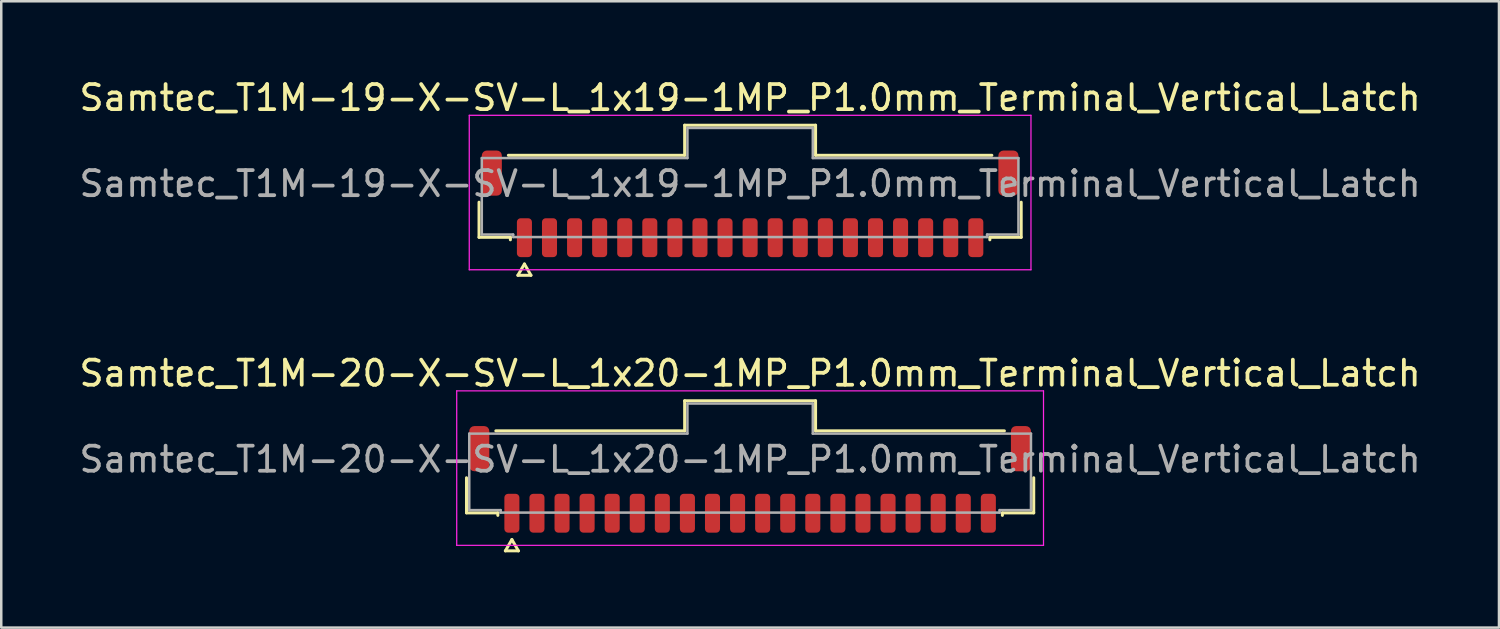
<source format=kicad_pcb>
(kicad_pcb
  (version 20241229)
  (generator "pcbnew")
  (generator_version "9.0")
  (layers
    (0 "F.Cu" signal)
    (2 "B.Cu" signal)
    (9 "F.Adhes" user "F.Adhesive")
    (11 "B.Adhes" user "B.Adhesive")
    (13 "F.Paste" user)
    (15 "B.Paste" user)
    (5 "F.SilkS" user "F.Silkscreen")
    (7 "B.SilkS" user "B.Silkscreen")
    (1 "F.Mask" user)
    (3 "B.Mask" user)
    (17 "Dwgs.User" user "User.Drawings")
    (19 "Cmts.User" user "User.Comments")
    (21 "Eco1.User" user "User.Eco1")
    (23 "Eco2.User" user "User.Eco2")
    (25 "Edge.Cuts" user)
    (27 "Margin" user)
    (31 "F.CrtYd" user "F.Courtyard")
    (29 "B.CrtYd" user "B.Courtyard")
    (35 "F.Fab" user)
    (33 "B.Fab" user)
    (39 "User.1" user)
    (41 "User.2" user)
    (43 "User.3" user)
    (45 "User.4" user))
  (footprint "Samtec_T1M-20-X-SV-L_1x20-1MP_P1.0mm_Terminal_Vertical_Latch"
    (layer "F.Cu")
    (at 26.863 15.267)
    (property "Reference" "Samtec_T1M-20-X-SV-L_1x20-1MP_P1.0mm_Terminal_Vertical_Latch" (at 0 -3.43 0) (layer "F.SilkS") (effects (font (size 1 1) (thickness 0.15))))
    (attr smd)
    (fp_line (start -11.31 2.135) (end -11.31 0.735) (stroke (width 0.12) (type solid)) (layer "F.SilkS"))
    (fp_line (start -10.14 -1.135) (end -2.61 -1.135) (stroke (width 0.12) (type solid)) (layer "F.SilkS"))
    (fp_line (start -10.06 2.135) (end -11.31 2.135) (stroke (width 0.12) (type solid)) (layer "F.SilkS"))
    (fp_line (start -10.06 2.235) (end -10.06 2.135) (stroke (width 0.12) (type solid)) (layer "F.SilkS"))
    (fp_line (start -9.76 3.65) (end -9.5 3.2) (stroke (width 0.12) (type solid)) (layer "F.SilkS"))
    (fp_line (start -9.5 3.2) (end -9.24 3.65) (stroke (width 0.12) (type solid)) (layer "F.SilkS"))
    (fp_line (start -9.24 3.65) (end -9.76 3.65) (stroke (width 0.12) (type solid)) (layer "F.SilkS"))
    (fp_line (start -2.61 -2.335) (end 2.61 -2.335) (stroke (width 0.12) (type solid)) (layer "F.SilkS"))
    (fp_line (start -2.61 -1.135) (end -2.61 -2.335) (stroke (width 0.12) (type solid)) (layer "F.SilkS"))
    (fp_line (start 2.61 -2.335) (end 2.61 -1.135) (stroke (width 0.12) (type solid)) (layer "F.SilkS"))
    (fp_line (start 2.61 -1.135) (end 10.14 -1.135) (stroke (width 0.12) (type solid)) (layer "F.SilkS"))
    (fp_line (start 10.06 2.135) (end 10.06 2.235) (stroke (width 0.12) (type solid)) (layer "F.SilkS"))
    (fp_line (start 11.31 0.735) (end 11.31 2.135) (stroke (width 0.12) (type solid)) (layer "F.SilkS"))
    (fp_line (start 11.31 2.135) (end 10.06 2.135) (stroke (width 0.12) (type solid)) (layer "F.SilkS"))
    (fp_line (start -11.7 -2.73) (end -11.7 3.43) (stroke (width 0.05) (type solid)) (layer "F.CrtYd"))
    (fp_line (start -11.7 3.43) (end 11.7 3.43) (stroke (width 0.05) (type solid)) (layer "F.CrtYd"))
    (fp_line (start 11.7 -2.73) (end -11.7 -2.73) (stroke (width 0.05) (type solid)) (layer "F.CrtYd"))
    (fp_line (start 11.7 3.43) (end 11.7 -2.73) (stroke (width 0.05) (type solid)) (layer "F.CrtYd"))
    (fp_line (start -11.2 -1.025) (end -2.5 -1.025) (stroke (width 0.1) (type solid)) (layer "F.Fab"))
    (fp_line (start -11.2 2.025) (end -11.2 -1.025) (stroke (width 0.1) (type solid)) (layer "F.Fab"))
    (fp_line (start -9.95 2.025) (end -11.2 2.025) (stroke (width 0.1) (type solid)) (layer "F.Fab"))
    (fp_line (start -9.95 2.125) (end -9.95 2.025) (stroke (width 0.1) (type solid)) (layer "F.Fab"))
    (fp_line (start -2.5 -2.225) (end 2.5 -2.225) (stroke (width 0.1) (type solid)) (layer "F.Fab"))
    (fp_line (start -2.5 -1.025) (end -2.5 -2.225) (stroke (width 0.1) (type solid)) (layer "F.Fab"))
    (fp_line (start 2.5 -2.225) (end 2.5 -1.025) (stroke (width 0.1) (type solid)) (layer "F.Fab"))
    (fp_line (start 2.5 -1.025) (end 11.2 -1.025) (stroke (width 0.1) (type solid)) (layer "F.Fab"))
    (fp_line (start 9.95 2.025) (end 9.95 2.125) (stroke (width 0.1) (type solid)) (layer "F.Fab"))
    (fp_line (start 9.95 2.125) (end -9.95 2.125) (stroke (width 0.1) (type solid)) (layer "F.Fab"))
    (fp_line (start 11.2 -1.025) (end 11.2 2.025) (stroke (width 0.1) (type solid)) (layer "F.Fab"))
    (fp_line (start 11.2 2.025) (end 9.95 2.025) (stroke (width 0.1) (type solid)) (layer "F.Fab"))
    (fp_text user "${REFERENCE}" (at 0 0 0) (layer "F.Fab") (effects (font (size 1 1) (thickness 0.15))))
    (pad "1" smd roundrect (at -9.5 2.15) (size 0.6 1.55) (layers "F.Cu" "F.Mask" "F.Paste") (roundrect_rratio 0.25))
    (pad "2" smd roundrect (at -8.5 2.15) (size 0.6 1.55) (layers "F.Cu" "F.Mask" "F.Paste") (roundrect_rratio 0.25))
    (pad "3" smd roundrect (at -7.5 2.15) (size 0.6 1.55) (layers "F.Cu" "F.Mask" "F.Paste") (roundrect_rratio 0.25))
    (pad "4" smd roundrect (at -6.5 2.15) (size 0.6 1.55) (layers "F.Cu" "F.Mask" "F.Paste") (roundrect_rratio 0.25))
    (pad "5" smd roundrect (at -5.5 2.15) (size 0.6 1.55) (layers "F.Cu" "F.Mask" "F.Paste") (roundrect_rratio 0.25))
    (pad "6" smd roundrect (at -4.5 2.15) (size 0.6 1.55) (layers "F.Cu" "F.Mask" "F.Paste") (roundrect_rratio 0.25))
    (pad "7" smd roundrect (at -3.5 2.15) (size 0.6 1.55) (layers "F.Cu" "F.Mask" "F.Paste") (roundrect_rratio 0.25))
    (pad "8" smd roundrect (at -2.5 2.15) (size 0.6 1.55) (layers "F.Cu" "F.Mask" "F.Paste") (roundrect_rratio 0.25))
    (pad "9" smd roundrect (at -1.5 2.15) (size 0.6 1.55) (layers "F.Cu" "F.Mask" "F.Paste") (roundrect_rratio 0.25))
    (pad "10" smd roundrect (at -0.5 2.15) (size 0.6 1.55) (layers "F.Cu" "F.Mask" "F.Paste") (roundrect_rratio 0.25))
    (pad "11" smd roundrect (at 0.5 2.15) (size 0.6 1.55) (layers "F.Cu" "F.Mask" "F.Paste") (roundrect_rratio 0.25))
    (pad "12" smd roundrect (at 1.5 2.15) (size 0.6 1.55) (layers "F.Cu" "F.Mask" "F.Paste") (roundrect_rratio 0.25))
    (pad "13" smd roundrect (at 2.5 2.15) (size 0.6 1.55) (layers "F.Cu" "F.Mask" "F.Paste") (roundrect_rratio 0.25))
    (pad "14" smd roundrect (at 3.5 2.15) (size 0.6 1.55) (layers "F.Cu" "F.Mask" "F.Paste") (roundrect_rratio 0.25))
    (pad "15" smd roundrect (at 4.5 2.15) (size 0.6 1.55) (layers "F.Cu" "F.Mask" "F.Paste") (roundrect_rratio 0.25))
    (pad "16" smd roundrect (at 5.5 2.15) (size 0.6 1.55) (layers "F.Cu" "F.Mask" "F.Paste") (roundrect_rratio 0.25))
    (pad "17" smd roundrect (at 6.5 2.15) (size 0.6 1.55) (layers "F.Cu" "F.Mask" "F.Paste") (roundrect_rratio 0.25))
    (pad "18" smd roundrect (at 7.5 2.15) (size 0.6 1.55) (layers "F.Cu" "F.Mask" "F.Paste") (roundrect_rratio 0.25))
    (pad "19" smd roundrect (at 8.5 2.15) (size 0.6 1.55) (layers "F.Cu" "F.Mask" "F.Paste") (roundrect_rratio 0.25))
    (pad "20" smd roundrect (at 9.5 2.15) (size 0.6 1.55) (layers "F.Cu" "F.Mask" "F.Paste") (roundrect_rratio 0.25))
    (pad "MP" smd roundrect (at -10.8 -0.425) (size 0.8 1.8) (layers "F.Cu" "F.Mask" "F.Paste") (roundrect_rratio 0.25))
    (pad "MP" smd roundrect (at 10.8 -0.425) (size 0.8 1.8) (layers "F.Cu" "F.Mask" "F.Paste") (roundrect_rratio 0.25)))
  (footprint "Samtec_T1M-19-X-SV-L_1x19-1MP_P1.0mm_Terminal_Vertical_Latch"
    (layer "F.Cu")
    (at 26.863 4.278)
    (property "Reference" "Samtec_T1M-19-X-SV-L_1x19-1MP_P1.0mm_Terminal_Vertical_Latch" (at 0 -3.43 0) (layer "F.SilkS") (effects (font (size 1 1) (thickness 0.15))))
    (attr smd)
    (fp_line (start -10.81 2.135) (end -10.81 0.735) (stroke (width 0.12) (type solid)) (layer "F.SilkS"))
    (fp_line (start -9.64 -1.135) (end -2.61 -1.135) (stroke (width 0.12) (type solid)) (layer "F.SilkS"))
    (fp_line (start -9.56 2.135) (end -10.81 2.135) (stroke (width 0.12) (type solid)) (layer "F.SilkS"))
    (fp_line (start -9.56 2.235) (end -9.56 2.135) (stroke (width 0.12) (type solid)) (layer "F.SilkS"))
    (fp_line (start -9.26 3.65) (end -9 3.2) (stroke (width 0.12) (type solid)) (layer "F.SilkS"))
    (fp_line (start -9 3.2) (end -8.74 3.65) (stroke (width 0.12) (type solid)) (layer "F.SilkS"))
    (fp_line (start -8.74 3.65) (end -9.26 3.65) (stroke (width 0.12) (type solid)) (layer "F.SilkS"))
    (fp_line (start -2.61 -2.335) (end 2.61 -2.335) (stroke (width 0.12) (type solid)) (layer "F.SilkS"))
    (fp_line (start -2.61 -1.135) (end -2.61 -2.335) (stroke (width 0.12) (type solid)) (layer "F.SilkS"))
    (fp_line (start 2.61 -2.335) (end 2.61 -1.135) (stroke (width 0.12) (type solid)) (layer "F.SilkS"))
    (fp_line (start 2.61 -1.135) (end 9.64 -1.135) (stroke (width 0.12) (type solid)) (layer "F.SilkS"))
    (fp_line (start 9.56 2.135) (end 9.56 2.235) (stroke (width 0.12) (type solid)) (layer "F.SilkS"))
    (fp_line (start 10.81 0.735) (end 10.81 2.135) (stroke (width 0.12) (type solid)) (layer "F.SilkS"))
    (fp_line (start 10.81 2.135) (end 9.56 2.135) (stroke (width 0.12) (type solid)) (layer "F.SilkS"))
    (fp_line (start -11.2 -2.73) (end -11.2 3.43) (stroke (width 0.05) (type solid)) (layer "F.CrtYd"))
    (fp_line (start -11.2 3.43) (end 11.2 3.43) (stroke (width 0.05) (type solid)) (layer "F.CrtYd"))
    (fp_line (start 11.2 -2.73) (end -11.2 -2.73) (stroke (width 0.05) (type solid)) (layer "F.CrtYd"))
    (fp_line (start 11.2 3.43) (end 11.2 -2.73) (stroke (width 0.05) (type solid)) (layer "F.CrtYd"))
    (fp_line (start -10.7 -1.025) (end -2.5 -1.025) (stroke (width 0.1) (type solid)) (layer "F.Fab"))
    (fp_line (start -10.7 2.025) (end -10.7 -1.025) (stroke (width 0.1) (type solid)) (layer "F.Fab"))
    (fp_line (start -9.45 2.025) (end -10.7 2.025) (stroke (width 0.1) (type solid)) (layer "F.Fab"))
    (fp_line (start -9.45 2.125) (end -9.45 2.025) (stroke (width 0.1) (type solid)) (layer "F.Fab"))
    (fp_line (start -2.5 -2.225) (end 2.5 -2.225) (stroke (width 0.1) (type solid)) (layer "F.Fab"))
    (fp_line (start -2.5 -1.025) (end -2.5 -2.225) (stroke (width 0.1) (type solid)) (layer "F.Fab"))
    (fp_line (start 2.5 -2.225) (end 2.5 -1.025) (stroke (width 0.1) (type solid)) (layer "F.Fab"))
    (fp_line (start 2.5 -1.025) (end 10.7 -1.025) (stroke (width 0.1) (type solid)) (layer "F.Fab"))
    (fp_line (start 9.45 2.025) (end 9.45 2.125) (stroke (width 0.1) (type solid)) (layer "F.Fab"))
    (fp_line (start 9.45 2.125) (end -9.45 2.125) (stroke (width 0.1) (type solid)) (layer "F.Fab"))
    (fp_line (start 10.7 -1.025) (end 10.7 2.025) (stroke (width 0.1) (type solid)) (layer "F.Fab"))
    (fp_line (start 10.7 2.025) (end 9.45 2.025) (stroke (width 0.1) (type solid)) (layer "F.Fab"))
    (fp_text user "${REFERENCE}" (at 0 0 0) (layer "F.Fab") (effects (font (size 1 1) (thickness 0.15))))
    (pad "1" smd roundrect (at -9 2.15) (size 0.6 1.55) (layers "F.Cu" "F.Mask" "F.Paste") (roundrect_rratio 0.25))
    (pad "2" smd roundrect (at -8 2.15) (size 0.6 1.55) (layers "F.Cu" "F.Mask" "F.Paste") (roundrect_rratio 0.25))
    (pad "3" smd roundrect (at -7 2.15) (size 0.6 1.55) (layers "F.Cu" "F.Mask" "F.Paste") (roundrect_rratio 0.25))
    (pad "4" smd roundrect (at -6 2.15) (size 0.6 1.55) (layers "F.Cu" "F.Mask" "F.Paste") (roundrect_rratio 0.25))
    (pad "5" smd roundrect (at -5 2.15) (size 0.6 1.55) (layers "F.Cu" "F.Mask" "F.Paste") (roundrect_rratio 0.25))
    (pad "6" smd roundrect (at -4 2.15) (size 0.6 1.55) (layers "F.Cu" "F.Mask" "F.Paste") (roundrect_rratio 0.25))
    (pad "7" smd roundrect (at -3 2.15) (size 0.6 1.55) (layers "F.Cu" "F.Mask" "F.Paste") (roundrect_rratio 0.25))
    (pad "8" smd roundrect (at -2 2.15) (size 0.6 1.55) (layers "F.Cu" "F.Mask" "F.Paste") (roundrect_rratio 0.25))
    (pad "9" smd roundrect (at -1 2.15) (size 0.6 1.55) (layers "F.Cu" "F.Mask" "F.Paste") (roundrect_rratio 0.25))
    (pad "10" smd roundrect (at 0 2.15) (size 0.6 1.55) (layers "F.Cu" "F.Mask" "F.Paste") (roundrect_rratio 0.25))
    (pad "11" smd roundrect (at 1 2.15) (size 0.6 1.55) (layers "F.Cu" "F.Mask" "F.Paste") (roundrect_rratio 0.25))
    (pad "12" smd roundrect (at 2 2.15) (size 0.6 1.55) (layers "F.Cu" "F.Mask" "F.Paste") (roundrect_rratio 0.25))
    (pad "13" smd roundrect (at 3 2.15) (size 0.6 1.55) (layers "F.Cu" "F.Mask" "F.Paste") (roundrect_rratio 0.25))
    (pad "14" smd roundrect (at 4 2.15) (size 0.6 1.55) (layers "F.Cu" "F.Mask" "F.Paste") (roundrect_rratio 0.25))
    (pad "15" smd roundrect (at 5 2.15) (size 0.6 1.55) (layers "F.Cu" "F.Mask" "F.Paste") (roundrect_rratio 0.25))
    (pad "16" smd roundrect (at 6 2.15) (size 0.6 1.55) (layers "F.Cu" "F.Mask" "F.Paste") (roundrect_rratio 0.25))
    (pad "17" smd roundrect (at 7 2.15) (size 0.6 1.55) (layers "F.Cu" "F.Mask" "F.Paste") (roundrect_rratio 0.25))
    (pad "18" smd roundrect (at 8 2.15) (size 0.6 1.55) (layers "F.Cu" "F.Mask" "F.Paste") (roundrect_rratio 0.25))
    (pad "19" smd roundrect (at 9 2.15) (size 0.6 1.55) (layers "F.Cu" "F.Mask" "F.Paste") (roundrect_rratio 0.25))
    (pad "MP" smd roundrect (at -10.3 -0.425) (size 0.8 1.8) (layers "F.Cu" "F.Mask" "F.Paste") (roundrect_rratio 0.25))
    (pad "MP" smd roundrect (at 10.3 -0.425) (size 0.8 1.8) (layers "F.Cu" "F.Mask" "F.Paste") (roundrect_rratio 0.25)))
  (gr_rect
    (start -3 -3)
    (end 56.726 21.977)
    (stroke (width 0.1) (type default))
    (fill no)
    (layer "Edge.Cuts")))
</source>
